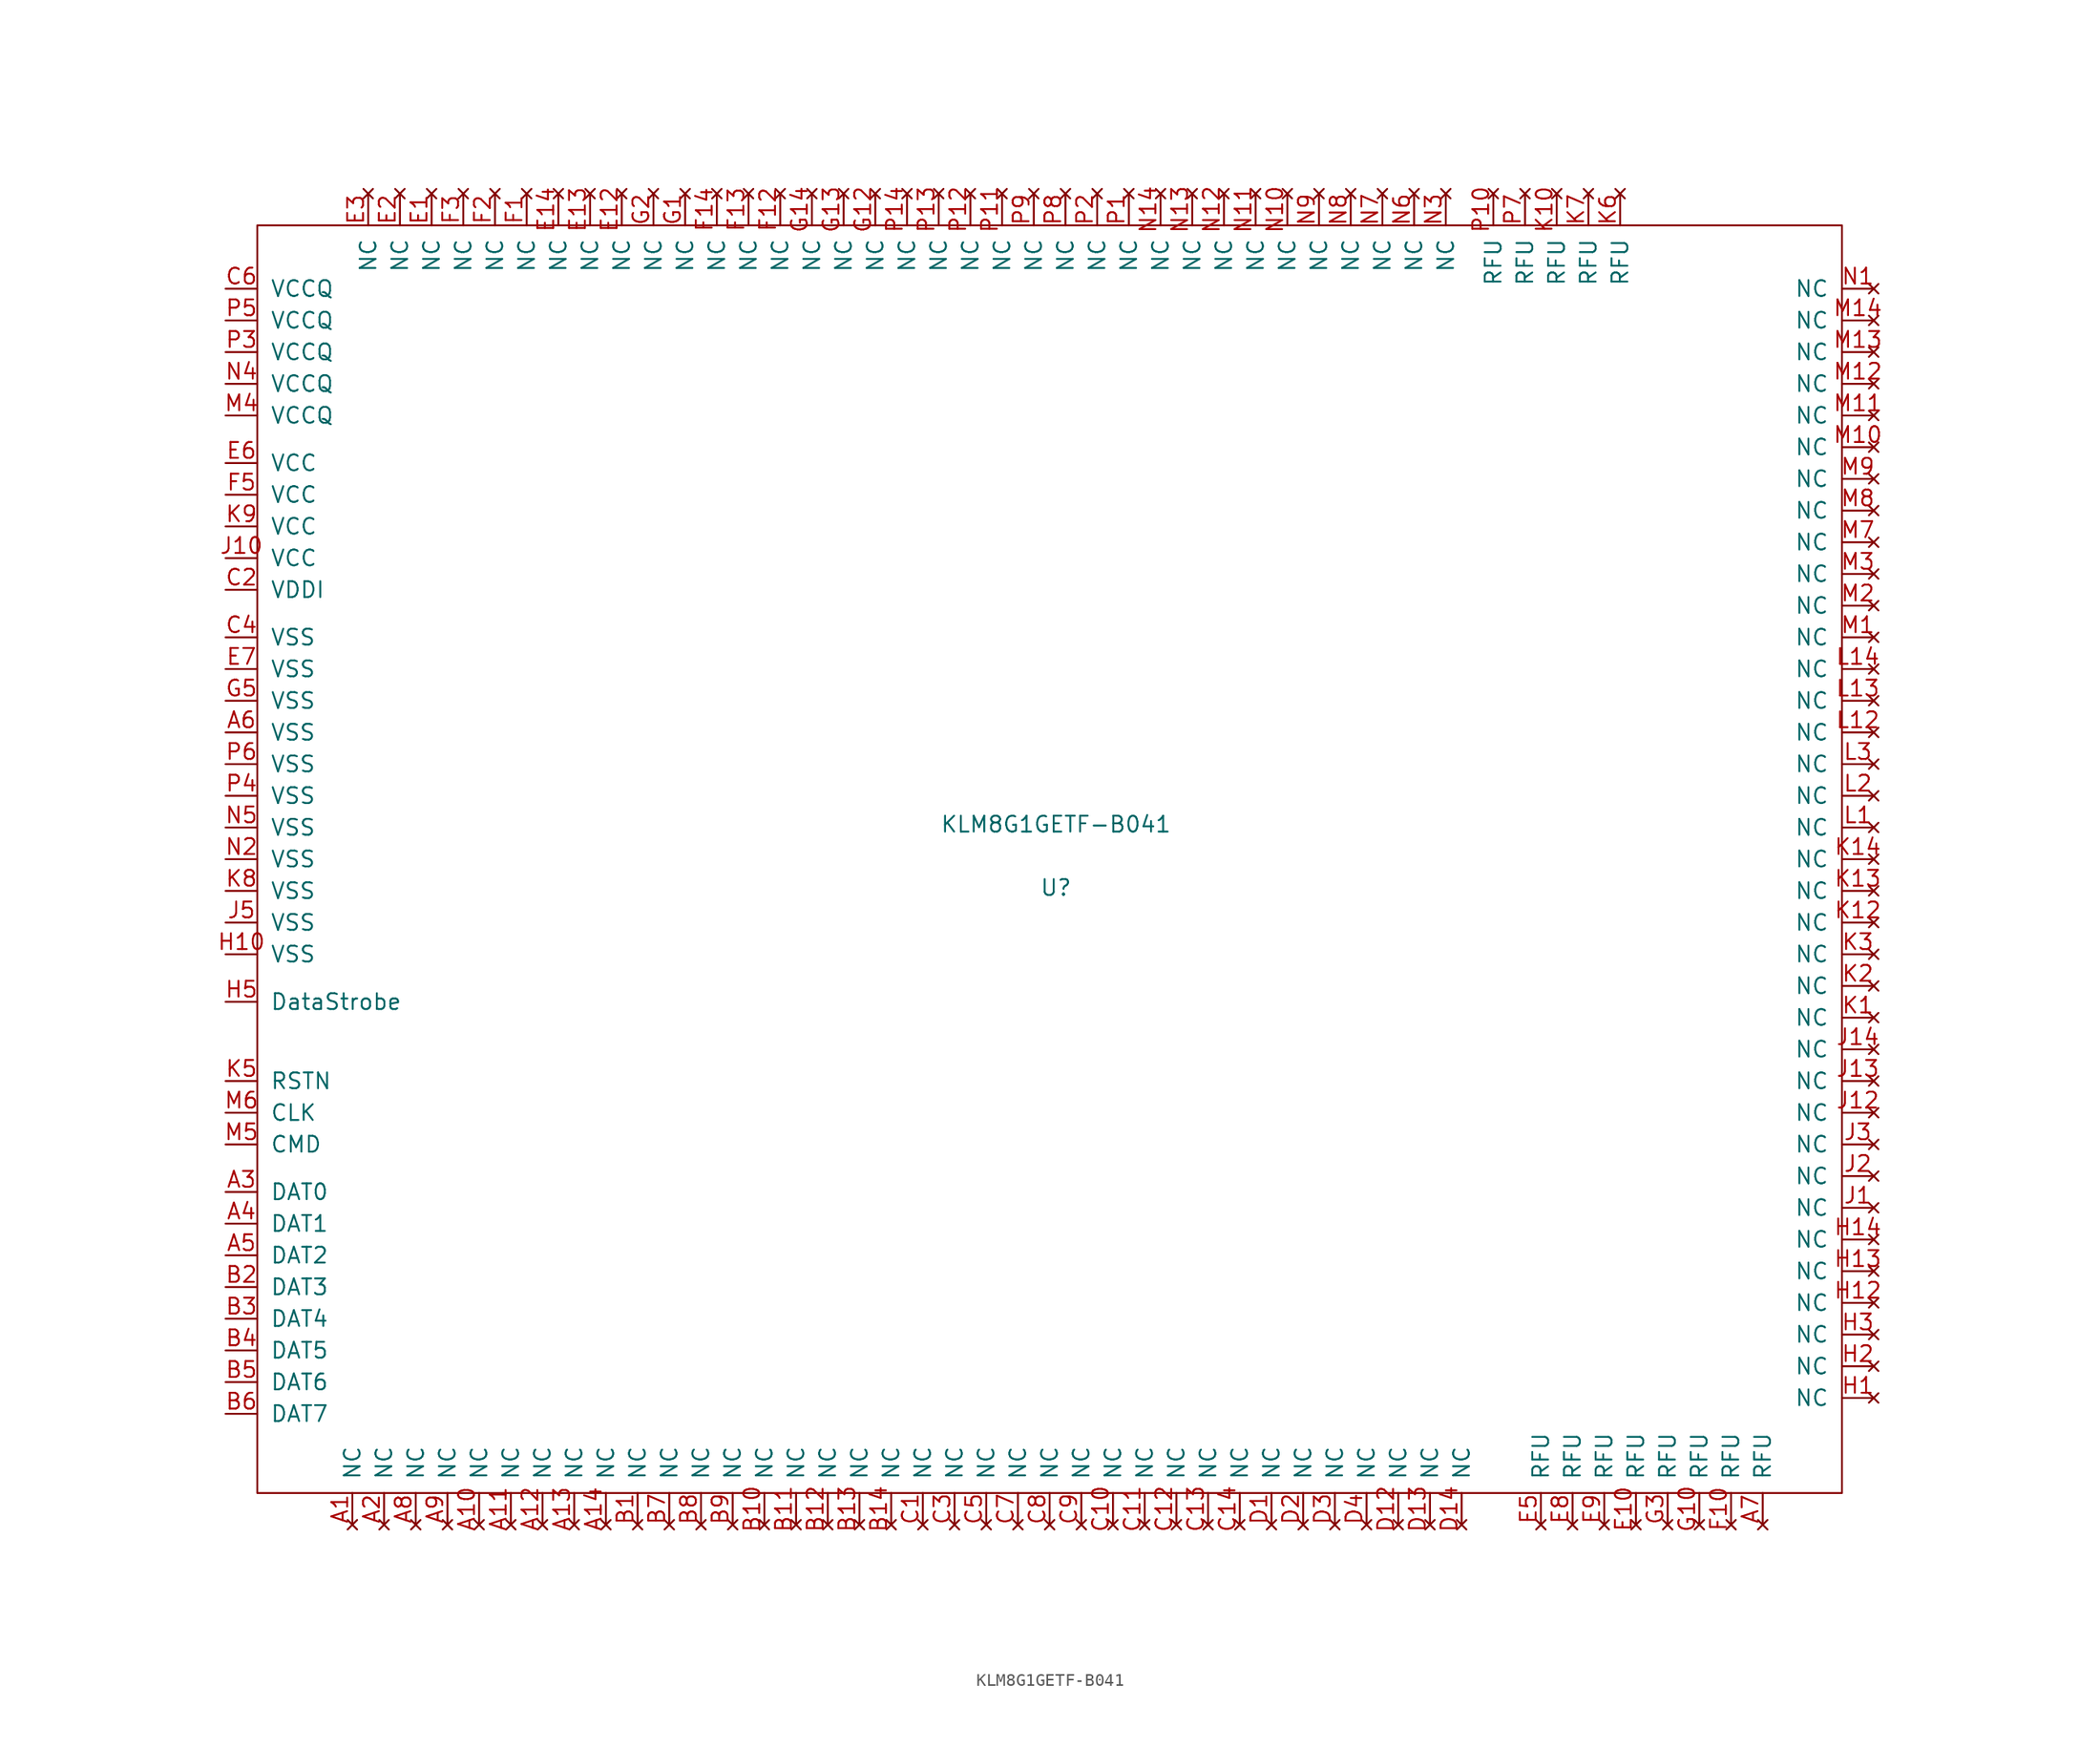
<source format=kicad_sym>
(kicad_symbol_lib
  (version 20231120)
  (generator "kicad_symbol_editor")
  (generator_version "8.0")
  (symbol "KLM8G1GETF-B041"
    (pin_names
      (offset 1.016))
    (property "Reference" "U"
      (at 0.508 -2.286 0)
      (effects (font (size 1.27 1.27))))
    (property "Value" "KLM8G1GETF-B041"
      (at 0.508 2.794 0)
      (effects (font (size 1.27 1.27))))
    (symbol "KLM8G1GETF-B041_1_1"
      (rectangle (start -63.5 50.8) (end 63.5 -50.8) (stroke (width 0.152) (type solid)) (fill (type none)))
      (pin no_connect line (at -55.88 -53.34 90) (length 2.54) (name "NC" (effects (font (size 1.27 1.27)))) (number "A1" (effects (font (size 1.27 1.27)))))
      (pin no_connect line (at -45.72 -53.34 90) (length 2.54) (name "NC" (effects (font (size 1.27 1.27)))) (number "A10" (effects (font (size 1.27 1.27)))))
      (pin no_connect line (at -43.18 -53.34 90) (length 2.54) (name "NC" (effects (font (size 1.27 1.27)))) (number "A11" (effects (font (size 1.27 1.27)))))
      (pin no_connect line (at -40.64 -53.34 90) (length 2.54) (name "NC" (effects (font (size 1.27 1.27)))) (number "A12" (effects (font (size 1.27 1.27)))))
      (pin no_connect line (at -38.1 -53.34 90) (length 2.54) (name "NC" (effects (font (size 1.27 1.27)))) (number "A13" (effects (font (size 1.27 1.27)))))
      (pin no_connect line (at -35.56 -53.34 90) (length 2.54) (name "NC" (effects (font (size 1.27 1.27)))) (number "A14" (effects (font (size 1.27 1.27)))))
      (pin no_connect line (at -53.34 -53.34 90) (length 2.54) (name "NC" (effects (font (size 1.27 1.27)))) (number "A2" (effects (font (size 1.27 1.27)))))
      (pin bidirectional line (at -66.04 -26.67 0) (length 2.54) (name "DAT0" (effects (font (size 1.27 1.27)))) (number "A3" (effects (font (size 1.27 1.27)))))
      (pin bidirectional line (at -66.04 -29.21 0) (length 2.54) (name "DAT1" (effects (font (size 1.27 1.27)))) (number "A4" (effects (font (size 1.27 1.27)))))
      (pin bidirectional line (at -66.04 -31.75 0) (length 2.54) (name "DAT2" (effects (font (size 1.27 1.27)))) (number "A5" (effects (font (size 1.27 1.27)))))
      (pin power_in line (at -66.04 10.16 0) (length 2.54) (name "VSS" (effects (font (size 1.27 1.27)))) (number "A6" (effects (font (size 1.27 1.27)))))
      (pin no_connect line (at 57.15 -53.34 90) (length 2.54) (name "RFU" (effects (font (size 1.27 1.27)))) (number "A7" (effects (font (size 1.27 1.27)))))
      (pin no_connect line (at -50.8 -53.34 90) (length 2.54) (name "NC" (effects (font (size 1.27 1.27)))) (number "A8" (effects (font (size 1.27 1.27)))))
      (pin no_connect line (at -48.26 -53.34 90) (length 2.54) (name "NC" (effects (font (size 1.27 1.27)))) (number "A9" (effects (font (size 1.27 1.27)))))
      (pin no_connect line (at -33.02 -53.34 90) (length 2.54) (name "NC" (effects (font (size 1.27 1.27)))) (number "B1" (effects (font (size 1.27 1.27)))))
      (pin no_connect line (at -22.86 -53.34 90) (length 2.54) (name "NC" (effects (font (size 1.27 1.27)))) (number "B10" (effects (font (size 1.27 1.27)))))
      (pin no_connect line (at -20.32 -53.34 90) (length 2.54) (name "NC" (effects (font (size 1.27 1.27)))) (number "B11" (effects (font (size 1.27 1.27)))))
      (pin no_connect line (at -17.78 -53.34 90) (length 2.54) (name "NC" (effects (font (size 1.27 1.27)))) (number "B12" (effects (font (size 1.27 1.27)))))
      (pin no_connect line (at -15.24 -53.34 90) (length 2.54) (name "NC" (effects (font (size 1.27 1.27)))) (number "B13" (effects (font (size 1.27 1.27)))))
      (pin no_connect line (at -12.7 -53.34 90) (length 2.54) (name "NC" (effects (font (size 1.27 1.27)))) (number "B14" (effects (font (size 1.27 1.27)))))
      (pin bidirectional line (at -66.04 -34.29 0) (length 2.54) (name "DAT3" (effects (font (size 1.27 1.27)))) (number "B2" (effects (font (size 1.27 1.27)))))
      (pin bidirectional line (at -66.04 -36.83 0) (length 2.54) (name "DAT4" (effects (font (size 1.27 1.27)))) (number "B3" (effects (font (size 1.27 1.27)))))
      (pin bidirectional line (at -66.04 -39.37 0) (length 2.54) (name "DAT5" (effects (font (size 1.27 1.27)))) (number "B4" (effects (font (size 1.27 1.27)))))
      (pin bidirectional line (at -66.04 -41.91 0) (length 2.54) (name "DAT6" (effects (font (size 1.27 1.27)))) (number "B5" (effects (font (size 1.27 1.27)))))
      (pin bidirectional line (at -66.04 -44.45 0) (length 2.54) (name "DAT7" (effects (font (size 1.27 1.27)))) (number "B6" (effects (font (size 1.27 1.27)))))
      (pin no_connect line (at -30.48 -53.34 90) (length 2.54) (name "NC" (effects (font (size 1.27 1.27)))) (number "B7" (effects (font (size 1.27 1.27)))))
      (pin no_connect line (at -27.94 -53.34 90) (length 2.54) (name "NC" (effects (font (size 1.27 1.27)))) (number "B8" (effects (font (size 1.27 1.27)))))
      (pin no_connect line (at -25.4 -53.34 90) (length 2.54) (name "NC" (effects (font (size 1.27 1.27)))) (number "B9" (effects (font (size 1.27 1.27)))))
      (pin no_connect line (at -10.16 -53.34 90) (length 2.54) (name "NC" (effects (font (size 1.27 1.27)))) (number "C1" (effects (font (size 1.27 1.27)))))
      (pin no_connect line (at 5.08 -53.34 90) (length 2.54) (name "NC" (effects (font (size 1.27 1.27)))) (number "C10" (effects (font (size 1.27 1.27)))))
      (pin no_connect line (at 7.62 -53.34 90) (length 2.54) (name "NC" (effects (font (size 1.27 1.27)))) (number "C11" (effects (font (size 1.27 1.27)))))
      (pin no_connect line (at 10.16 -53.34 90) (length 2.54) (name "NC" (effects (font (size 1.27 1.27)))) (number "C12" (effects (font (size 1.27 1.27)))))
      (pin no_connect line (at 12.7 -53.34 90) (length 2.54) (name "NC" (effects (font (size 1.27 1.27)))) (number "C13" (effects (font (size 1.27 1.27)))))
      (pin no_connect line (at 15.24 -53.34 90) (length 2.54) (name "NC" (effects (font (size 1.27 1.27)))) (number "C14" (effects (font (size 1.27 1.27)))))
      (pin power_out line (at -66.04 21.59 0) (length 2.54) (name "VDDI" (effects (font (size 1.27 1.27)))) (number "C2" (effects (font (size 1.27 1.27)))))
      (pin no_connect line (at -7.62 -53.34 90) (length 2.54) (name "NC" (effects (font (size 1.27 1.27)))) (number "C3" (effects (font (size 1.27 1.27)))))
      (pin power_in line (at -66.04 17.78 0) (length 2.54) (name "VSS" (effects (font (size 1.27 1.27)))) (number "C4" (effects (font (size 1.27 1.27)))))
      (pin no_connect line (at -5.08 -53.34 90) (length 2.54) (name "NC" (effects (font (size 1.27 1.27)))) (number "C5" (effects (font (size 1.27 1.27)))))
      (pin power_in line (at -66.04 45.72 0) (length 2.54) (name "VCCQ" (effects (font (size 1.27 1.27)))) (number "C6" (effects (font (size 1.27 1.27)))))
      (pin no_connect line (at -2.54 -53.34 90) (length 2.54) (name "NC" (effects (font (size 1.27 1.27)))) (number "C7" (effects (font (size 1.27 1.27)))))
      (pin no_connect line (at 0 -53.34 90) (length 2.54) (name "NC" (effects (font (size 1.27 1.27)))) (number "C8" (effects (font (size 1.27 1.27)))))
      (pin no_connect line (at 2.54 -53.34 90) (length 2.54) (name "NC" (effects (font (size 1.27 1.27)))) (number "C9" (effects (font (size 1.27 1.27)))))
      (pin no_connect line (at 17.78 -53.34 90) (length 2.54) (name "NC" (effects (font (size 1.27 1.27)))) (number "D1" (effects (font (size 1.27 1.27)))))
      (pin no_connect line (at 27.94 -53.34 90) (length 2.54) (name "NC" (effects (font (size 1.27 1.27)))) (number "D12" (effects (font (size 1.27 1.27)))))
      (pin no_connect line (at 30.48 -53.34 90) (length 2.54) (name "NC" (effects (font (size 1.27 1.27)))) (number "D13" (effects (font (size 1.27 1.27)))))
      (pin no_connect line (at 33.02 -53.34 90) (length 2.54) (name "NC" (effects (font (size 1.27 1.27)))) (number "D14" (effects (font (size 1.27 1.27)))))
      (pin no_connect line (at 20.32 -53.34 90) (length 2.54) (name "NC" (effects (font (size 1.27 1.27)))) (number "D2" (effects (font (size 1.27 1.27)))))
      (pin no_connect line (at 22.86 -53.34 90) (length 2.54) (name "NC" (effects (font (size 1.27 1.27)))) (number "D3" (effects (font (size 1.27 1.27)))))
      (pin no_connect line (at 25.4 -53.34 90) (length 2.54) (name "NC" (effects (font (size 1.27 1.27)))) (number "D4" (effects (font (size 1.27 1.27)))))
      (pin no_connect line (at -49.53 53.34 270) (length 2.54) (name "NC" (effects (font (size 1.27 1.27)))) (number "E1" (effects (font (size 1.27 1.27)))))
      (pin no_connect line (at 46.99 -53.34 90) (length 2.54) (name "RFU" (effects (font (size 1.27 1.27)))) (number "E10" (effects (font (size 1.27 1.27)))))
      (pin no_connect line (at -34.29 53.34 270) (length 2.54) (name "NC" (effects (font (size 1.27 1.27)))) (number "E12" (effects (font (size 1.27 1.27)))))
      (pin no_connect line (at -36.83 53.34 270) (length 2.54) (name "NC" (effects (font (size 1.27 1.27)))) (number "E13" (effects (font (size 1.27 1.27)))))
      (pin no_connect line (at -39.37 53.34 270) (length 2.54) (name "NC" (effects (font (size 1.27 1.27)))) (number "E14" (effects (font (size 1.27 1.27)))))
      (pin no_connect line (at -52.07 53.34 270) (length 2.54) (name "NC" (effects (font (size 1.27 1.27)))) (number "E2" (effects (font (size 1.27 1.27)))))
      (pin no_connect line (at -54.61 53.34 270) (length 2.54) (name "NC" (effects (font (size 1.27 1.27)))) (number "E3" (effects (font (size 1.27 1.27)))))
      (pin no_connect line (at 39.37 -53.34 90) (length 2.54) (name "RFU" (effects (font (size 1.27 1.27)))) (number "E5" (effects (font (size 1.27 1.27)))))
      (pin power_in line (at -66.04 31.75 0) (length 2.54) (name "VCC" (effects (font (size 1.27 1.27)))) (number "E6" (effects (font (size 1.27 1.27)))))
      (pin power_in line (at -66.04 15.24 0) (length 2.54) (name "VSS" (effects (font (size 1.27 1.27)))) (number "E7" (effects (font (size 1.27 1.27)))))
      (pin no_connect line (at 41.91 -53.34 90) (length 2.54) (name "RFU" (effects (font (size 1.27 1.27)))) (number "E8" (effects (font (size 1.27 1.27)))))
      (pin no_connect line (at 44.45 -53.34 90) (length 2.54) (name "RFU" (effects (font (size 1.27 1.27)))) (number "E9" (effects (font (size 1.27 1.27)))))
      (pin no_connect line (at -41.91 53.34 270) (length 2.54) (name "NC" (effects (font (size 1.27 1.27)))) (number "F1" (effects (font (size 1.27 1.27)))))
      (pin no_connect line (at 54.61 -53.34 90) (length 2.54) (name "RFU" (effects (font (size 1.27 1.27)))) (number "F10" (effects (font (size 1.27 1.27)))))
      (pin no_connect line (at -21.59 53.34 270) (length 2.54) (name "NC" (effects (font (size 1.27 1.27)))) (number "F12" (effects (font (size 1.27 1.27)))))
      (pin no_connect line (at -24.13 53.34 270) (length 2.54) (name "NC" (effects (font (size 1.27 1.27)))) (number "F13" (effects (font (size 1.27 1.27)))))
      (pin no_connect line (at -26.67 53.34 270) (length 2.54) (name "NC" (effects (font (size 1.27 1.27)))) (number "F14" (effects (font (size 1.27 1.27)))))
      (pin no_connect line (at -44.45 53.34 270) (length 2.54) (name "NC" (effects (font (size 1.27 1.27)))) (number "F2" (effects (font (size 1.27 1.27)))))
      (pin no_connect line (at -46.99 53.34 270) (length 2.54) (name "NC" (effects (font (size 1.27 1.27)))) (number "F3" (effects (font (size 1.27 1.27)))))
      (pin power_in line (at -66.04 29.21 0) (length 2.54) (name "VCC" (effects (font (size 1.27 1.27)))) (number "F5" (effects (font (size 1.27 1.27)))))
      (pin no_connect line (at -29.21 53.34 270) (length 2.54) (name "NC" (effects (font (size 1.27 1.27)))) (number "G1" (effects (font (size 1.27 1.27)))))
      (pin no_connect line (at 52.07 -53.34 90) (length 2.54) (name "RFU" (effects (font (size 1.27 1.27)))) (number "G10" (effects (font (size 1.27 1.27)))))
      (pin no_connect line (at -13.97 53.34 270) (length 2.54) (name "NC" (effects (font (size 1.27 1.27)))) (number "G12" (effects (font (size 1.27 1.27)))))
      (pin no_connect line (at -16.51 53.34 270) (length 2.54) (name "NC" (effects (font (size 1.27 1.27)))) (number "G13" (effects (font (size 1.27 1.27)))))
      (pin no_connect line (at -19.05 53.34 270) (length 2.54) (name "NC" (effects (font (size 1.27 1.27)))) (number "G14" (effects (font (size 1.27 1.27)))))
      (pin no_connect line (at -31.75 53.34 270) (length 2.54) (name "NC" (effects (font (size 1.27 1.27)))) (number "G2" (effects (font (size 1.27 1.27)))))
      (pin no_connect line (at 49.53 -53.34 90) (length 2.54) (name "RFU" (effects (font (size 1.27 1.27)))) (number "G3" (effects (font (size 1.27 1.27)))))
      (pin power_in line (at -66.04 12.7 0) (length 2.54) (name "VSS" (effects (font (size 1.27 1.27)))) (number "G5" (effects (font (size 1.27 1.27)))))
      (pin no_connect line (at 66.04 -43.18 180) (length 2.54) (name "NC" (effects (font (size 1.27 1.27)))) (number "H1" (effects (font (size 1.27 1.27)))))
      (pin power_in line (at -66.04 -7.62 0) (length 2.54) (name "VSS" (effects (font (size 1.27 1.27)))) (number "H10" (effects (font (size 1.27 1.27)))))
      (pin no_connect line (at 66.04 -35.56 180) (length 2.54) (name "NC" (effects (font (size 1.27 1.27)))) (number "H12" (effects (font (size 1.27 1.27)))))
      (pin no_connect line (at 66.04 -33.02 180) (length 2.54) (name "NC" (effects (font (size 1.27 1.27)))) (number "H13" (effects (font (size 1.27 1.27)))))
      (pin no_connect line (at 66.04 -30.48 180) (length 2.54) (name "NC" (effects (font (size 1.27 1.27)))) (number "H14" (effects (font (size 1.27 1.27)))))
      (pin no_connect line (at 66.04 -40.64 180) (length 2.54) (name "NC" (effects (font (size 1.27 1.27)))) (number "H2" (effects (font (size 1.27 1.27)))))
      (pin no_connect line (at 66.04 -38.1 180) (length 2.54) (name "NC" (effects (font (size 1.27 1.27)))) (number "H3" (effects (font (size 1.27 1.27)))))
      (pin passive line (at -66.04 -11.43 0) (length 2.54) (name "DataStrobe" (effects (font (size 1.27 1.27)))) (number "H5" (effects (font (size 1.27 1.27)))))
      (pin no_connect line (at 66.04 -27.94 180) (length 2.54) (name "NC" (effects (font (size 1.27 1.27)))) (number "J1" (effects (font (size 1.27 1.27)))))
      (pin power_in line (at -66.04 24.13 0) (length 2.54) (name "VCC" (effects (font (size 1.27 1.27)))) (number "J10" (effects (font (size 1.27 1.27)))))
      (pin no_connect line (at 66.04 -20.32 180) (length 2.54) (name "NC" (effects (font (size 1.27 1.27)))) (number "J12" (effects (font (size 1.27 1.27)))))
      (pin no_connect line (at 66.04 -17.78 180) (length 2.54) (name "NC" (effects (font (size 1.27 1.27)))) (number "J13" (effects (font (size 1.27 1.27)))))
      (pin no_connect line (at 66.04 -15.24 180) (length 2.54) (name "NC" (effects (font (size 1.27 1.27)))) (number "J14" (effects (font (size 1.27 1.27)))))
      (pin no_connect line (at 66.04 -25.4 180) (length 2.54) (name "NC" (effects (font (size 1.27 1.27)))) (number "J2" (effects (font (size 1.27 1.27)))))
      (pin no_connect line (at 66.04 -22.86 180) (length 2.54) (name "NC" (effects (font (size 1.27 1.27)))) (number "J3" (effects (font (size 1.27 1.27)))))
      (pin power_in line (at -66.04 -5.08 0) (length 2.54) (name "VSS" (effects (font (size 1.27 1.27)))) (number "J5" (effects (font (size 1.27 1.27)))))
      (pin no_connect line (at 66.04 -12.7 180) (length 2.54) (name "NC" (effects (font (size 1.27 1.27)))) (number "K1" (effects (font (size 1.27 1.27)))))
      (pin no_connect line (at 40.64 53.34 270) (length 2.54) (name "RFU" (effects (font (size 1.27 1.27)))) (number "K10" (effects (font (size 1.27 1.27)))))
      (pin no_connect line (at 66.04 -5.08 180) (length 2.54) (name "NC" (effects (font (size 1.27 1.27)))) (number "K12" (effects (font (size 1.27 1.27)))))
      (pin no_connect line (at 66.04 -2.54 180) (length 2.54) (name "NC" (effects (font (size 1.27 1.27)))) (number "K13" (effects (font (size 1.27 1.27)))))
      (pin no_connect line (at 66.04 0 180) (length 2.54) (name "NC" (effects (font (size 1.27 1.27)))) (number "K14" (effects (font (size 1.27 1.27)))))
      (pin no_connect line (at 66.04 -10.16 180) (length 2.54) (name "NC" (effects (font (size 1.27 1.27)))) (number "K2" (effects (font (size 1.27 1.27)))))
      (pin no_connect line (at 66.04 -7.62 180) (length 2.54) (name "NC" (effects (font (size 1.27 1.27)))) (number "K3" (effects (font (size 1.27 1.27)))))
      (pin input line (at -66.04 -17.78 0) (length 2.54) (name "RSTN" (effects (font (size 1.27 1.27)))) (number "K5" (effects (font (size 1.27 1.27)))))
      (pin no_connect line (at 45.72 53.34 270) (length 2.54) (name "RFU" (effects (font (size 1.27 1.27)))) (number "K6" (effects (font (size 1.27 1.27)))))
      (pin no_connect line (at 43.18 53.34 270) (length 2.54) (name "RFU" (effects (font (size 1.27 1.27)))) (number "K7" (effects (font (size 1.27 1.27)))))
      (pin power_in line (at -66.04 -2.54 0) (length 2.54) (name "VSS" (effects (font (size 1.27 1.27)))) (number "K8" (effects (font (size 1.27 1.27)))))
      (pin power_in line (at -66.04 26.67 0) (length 2.54) (name "VCC" (effects (font (size 1.27 1.27)))) (number "K9" (effects (font (size 1.27 1.27)))))
      (pin no_connect line (at 66.04 2.54 180) (length 2.54) (name "NC" (effects (font (size 1.27 1.27)))) (number "L1" (effects (font (size 1.27 1.27)))))
      (pin no_connect line (at 66.04 10.16 180) (length 2.54) (name "NC" (effects (font (size 1.27 1.27)))) (number "L12" (effects (font (size 1.27 1.27)))))
      (pin no_connect line (at 66.04 12.7 180) (length 2.54) (name "NC" (effects (font (size 1.27 1.27)))) (number "L13" (effects (font (size 1.27 1.27)))))
      (pin no_connect line (at 66.04 15.24 180) (length 2.54) (name "NC" (effects (font (size 1.27 1.27)))) (number "L14" (effects (font (size 1.27 1.27)))))
      (pin no_connect line (at 66.04 5.08 180) (length 2.54) (name "NC" (effects (font (size 1.27 1.27)))) (number "L2" (effects (font (size 1.27 1.27)))))
      (pin no_connect line (at 66.04 7.62 180) (length 2.54) (name "NC" (effects (font (size 1.27 1.27)))) (number "L3" (effects (font (size 1.27 1.27)))))
      (pin no_connect line (at 66.04 17.78 180) (length 2.54) (name "NC" (effects (font (size 1.27 1.27)))) (number "M1" (effects (font (size 1.27 1.27)))))
      (pin no_connect line (at 66.04 33.02 180) (length 2.54) (name "NC" (effects (font (size 1.27 1.27)))) (number "M10" (effects (font (size 1.27 1.27)))))
      (pin no_connect line (at 66.04 35.56 180) (length 2.54) (name "NC" (effects (font (size 1.27 1.27)))) (number "M11" (effects (font (size 1.27 1.27)))))
      (pin no_connect line (at 66.04 38.1 180) (length 2.54) (name "NC" (effects (font (size 1.27 1.27)))) (number "M12" (effects (font (size 1.27 1.27)))))
      (pin no_connect line (at 66.04 40.64 180) (length 2.54) (name "NC" (effects (font (size 1.27 1.27)))) (number "M13" (effects (font (size 1.27 1.27)))))
      (pin no_connect line (at 66.04 43.18 180) (length 2.54) (name "NC" (effects (font (size 1.27 1.27)))) (number "M14" (effects (font (size 1.27 1.27)))))
      (pin no_connect line (at 66.04 20.32 180) (length 2.54) (name "NC" (effects (font (size 1.27 1.27)))) (number "M2" (effects (font (size 1.27 1.27)))))
      (pin no_connect line (at 66.04 22.86 180) (length 2.54) (name "NC" (effects (font (size 1.27 1.27)))) (number "M3" (effects (font (size 1.27 1.27)))))
      (pin power_in line (at -66.04 35.56 0) (length 2.54) (name "VCCQ" (effects (font (size 1.27 1.27)))) (number "M4" (effects (font (size 1.27 1.27)))))
      (pin input line (at -66.04 -22.86 0) (length 2.54) (name "CMD" (effects (font (size 1.27 1.27)))) (number "M5" (effects (font (size 1.27 1.27)))))
      (pin input line (at -66.04 -20.32 0) (length 2.54) (name "CLK" (effects (font (size 1.27 1.27)))) (number "M6" (effects (font (size 1.27 1.27)))))
      (pin no_connect line (at 66.04 25.4 180) (length 2.54) (name "NC" (effects (font (size 1.27 1.27)))) (number "M7" (effects (font (size 1.27 1.27)))))
      (pin no_connect line (at 66.04 27.94 180) (length 2.54) (name "NC" (effects (font (size 1.27 1.27)))) (number "M8" (effects (font (size 1.27 1.27)))))
      (pin no_connect line (at 66.04 30.48 180) (length 2.54) (name "NC" (effects (font (size 1.27 1.27)))) (number "M9" (effects (font (size 1.27 1.27)))))
      (pin no_connect line (at 66.04 45.72 180) (length 2.54) (name "NC" (effects (font (size 1.27 1.27)))) (number "N1" (effects (font (size 1.27 1.27)))))
      (pin no_connect line (at 19.05 53.34 270) (length 2.54) (name "NC" (effects (font (size 1.27 1.27)))) (number "N10" (effects (font (size 1.27 1.27)))))
      (pin no_connect line (at 16.51 53.34 270) (length 2.54) (name "NC" (effects (font (size 1.27 1.27)))) (number "N11" (effects (font (size 1.27 1.27)))))
      (pin no_connect line (at 13.97 53.34 270) (length 2.54) (name "NC" (effects (font (size 1.27 1.27)))) (number "N12" (effects (font (size 1.27 1.27)))))
      (pin no_connect line (at 11.43 53.34 270) (length 2.54) (name "NC" (effects (font (size 1.27 1.27)))) (number "N13" (effects (font (size 1.27 1.27)))))
      (pin no_connect line (at 8.89 53.34 270) (length 2.54) (name "NC" (effects (font (size 1.27 1.27)))) (number "N14" (effects (font (size 1.27 1.27)))))
      (pin power_in line (at -66.04 0 0) (length 2.54) (name "VSS" (effects (font (size 1.27 1.27)))) (number "N2" (effects (font (size 1.27 1.27)))))
      (pin no_connect line (at 31.75 53.34 270) (length 2.54) (name "NC" (effects (font (size 1.27 1.27)))) (number "N3" (effects (font (size 1.27 1.27)))))
      (pin power_in line (at -66.04 38.1 0) (length 2.54) (name "VCCQ" (effects (font (size 1.27 1.27)))) (number "N4" (effects (font (size 1.27 1.27)))))
      (pin power_in line (at -66.04 2.54 0) (length 2.54) (name "VSS" (effects (font (size 1.27 1.27)))) (number "N5" (effects (font (size 1.27 1.27)))))
      (pin no_connect line (at 29.21 53.34 270) (length 2.54) (name "NC" (effects (font (size 1.27 1.27)))) (number "N6" (effects (font (size 1.27 1.27)))))
      (pin no_connect line (at 26.67 53.34 270) (length 2.54) (name "NC" (effects (font (size 1.27 1.27)))) (number "N7" (effects (font (size 1.27 1.27)))))
      (pin no_connect line (at 24.13 53.34 270) (length 2.54) (name "NC" (effects (font (size 1.27 1.27)))) (number "N8" (effects (font (size 1.27 1.27)))))
      (pin no_connect line (at 21.59 53.34 270) (length 2.54) (name "NC" (effects (font (size 1.27 1.27)))) (number "N9" (effects (font (size 1.27 1.27)))))
      (pin no_connect line (at 6.35 53.34 270) (length 2.54) (name "NC" (effects (font (size 1.27 1.27)))) (number "P1" (effects (font (size 1.27 1.27)))))
      (pin no_connect line (at 35.56 53.34 270) (length 2.54) (name "RFU" (effects (font (size 1.27 1.27)))) (number "P10" (effects (font (size 1.27 1.27)))))
      (pin no_connect line (at -3.81 53.34 270) (length 2.54) (name "NC" (effects (font (size 1.27 1.27)))) (number "P11" (effects (font (size 1.27 1.27)))))
      (pin no_connect line (at -6.35 53.34 270) (length 2.54) (name "NC" (effects (font (size 1.27 1.27)))) (number "P12" (effects (font (size 1.27 1.27)))))
      (pin no_connect line (at -8.89 53.34 270) (length 2.54) (name "NC" (effects (font (size 1.27 1.27)))) (number "P13" (effects (font (size 1.27 1.27)))))
      (pin no_connect line (at -11.43 53.34 270) (length 2.54) (name "NC" (effects (font (size 1.27 1.27)))) (number "P14" (effects (font (size 1.27 1.27)))))
      (pin no_connect line (at 3.81 53.34 270) (length 2.54) (name "NC" (effects (font (size 1.27 1.27)))) (number "P2" (effects (font (size 1.27 1.27)))))
      (pin power_in line (at -66.04 40.64 0) (length 2.54) (name "VCCQ" (effects (font (size 1.27 1.27)))) (number "P3" (effects (font (size 1.27 1.27)))))
      (pin power_in line (at -66.04 5.08 0) (length 2.54) (name "VSS" (effects (font (size 1.27 1.27)))) (number "P4" (effects (font (size 1.27 1.27)))))
      (pin power_in line (at -66.04 43.18 0) (length 2.54) (name "VCCQ" (effects (font (size 1.27 1.27)))) (number "P5" (effects (font (size 1.27 1.27)))))
      (pin power_in line (at -66.04 7.62 0) (length 2.54) (name "VSS" (effects (font (size 1.27 1.27)))) (number "P6" (effects (font (size 1.27 1.27)))))
      (pin no_connect line (at 38.1 53.34 270) (length 2.54) (name "RFU" (effects (font (size 1.27 1.27)))) (number "P7" (effects (font (size 1.27 1.27)))))
      (pin no_connect line (at 1.27 53.34 270) (length 2.54) (name "NC" (effects (font (size 1.27 1.27)))) (number "P8" (effects (font (size 1.27 1.27)))))
      (pin no_connect line (at -1.27 53.34 270) (length 2.54) (name "NC" (effects (font (size 1.27 1.27)))) (number "P9" (effects (font (size 1.27 1.27))))))))
</source>
